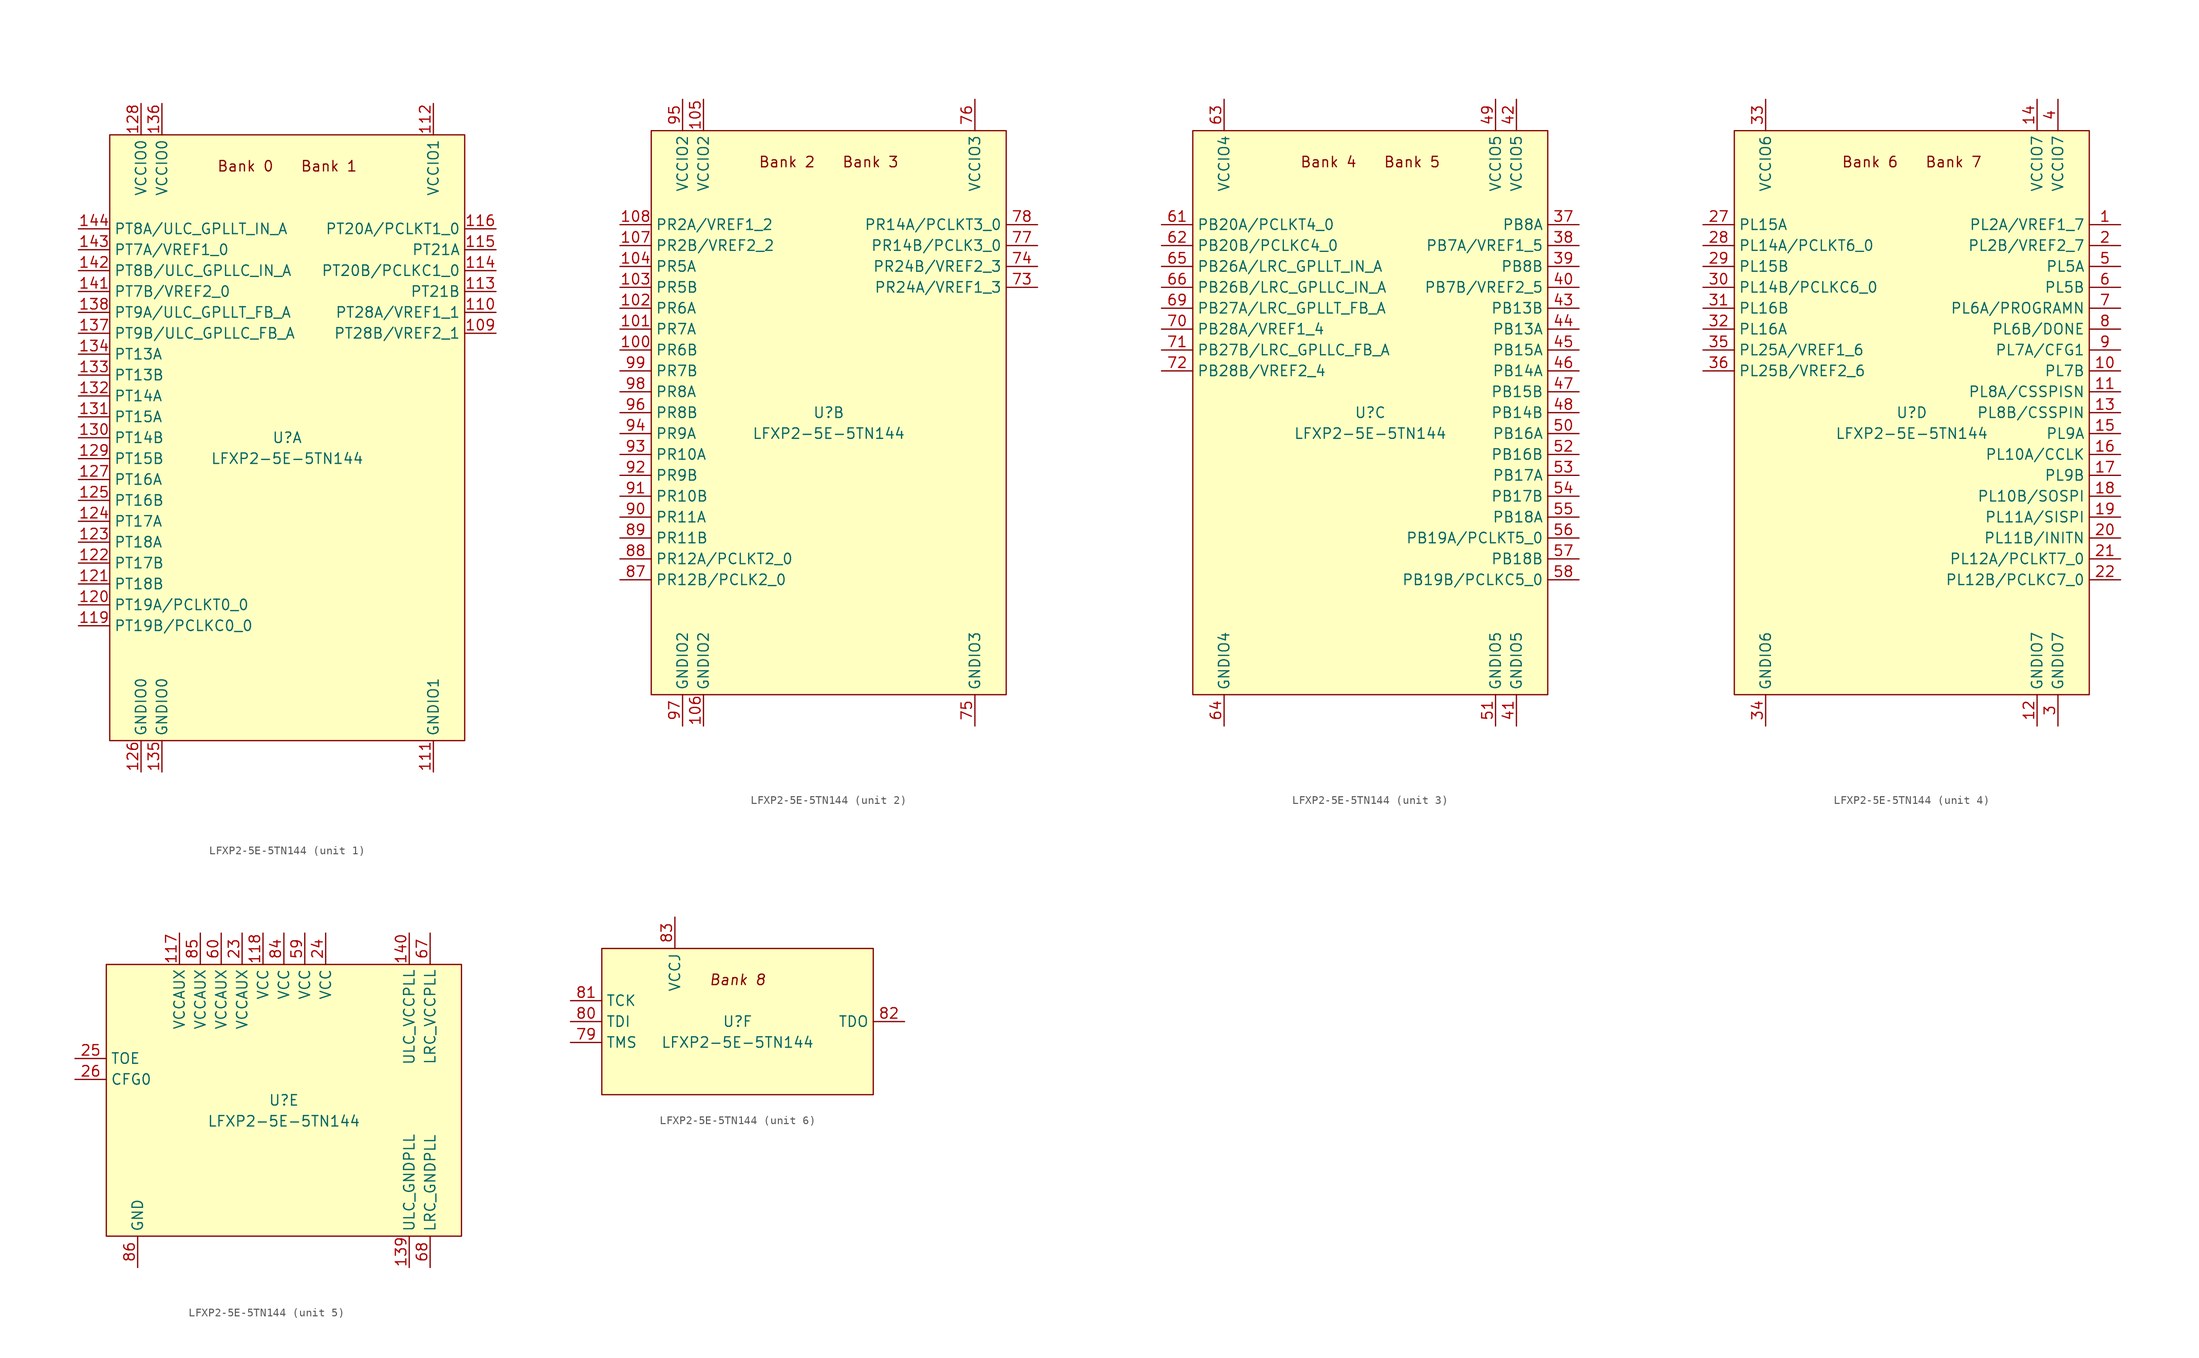
<source format=kicad_sym>
(kicad_symbol_lib
  (version 20201005)
  (generator kicad_symbol_editor)
  (symbol "FPGA_Lattice:LFXP2-5E-5TN144"
    (property "Reference" "U"
      (at 0 0 0)
      (effects (font (size 1.27 1.27))))
    (property "Value" "LFXP2-5E-5TN144"
      (at 0 -2.54 0)
      (effects (font (size 1.27 1.27))))
    (property "ki_locked" ""
      (at 0 0 0)
      (effects (font (size 1.27 1.27))))
    (symbol "LFXP2-5E-5TN144_1_0"
      (text "Bank 0" (at -5.08 33.02 0) (effects (font (size 1.27 1.27))))
      (text "Bank 1" (at 5.08 33.02 0) (effects (font (size 1.27 1.27)))))
    (symbol "LFXP2-5E-5TN144_1_1"
      (rectangle (start -21.59 36.83) (end 21.59 -36.83) (stroke (width 0)) (fill (type background)))
      (pin bidirectional line (at 25.4 12.7 180) (length 3.81) (name "PT28B/VREF2_1" (effects (font (size 1.27 1.27)))) (number "109" (effects (font (size 1.27 1.27)))))
      (pin bidirectional line (at 25.4 15.24 180) (length 3.81) (name "PT28A/VREF1_1" (effects (font (size 1.27 1.27)))) (number "110" (effects (font (size 1.27 1.27)))))
      (pin power_in line (at 17.78 -40.64 90) (length 3.81) (name "GNDIO1" (effects (font (size 1.27 1.27)))) (number "111" (effects (font (size 1.27 1.27)))))
      (pin power_in line (at 17.78 40.64 270) (length 3.81) (name "VCCIO1" (effects (font (size 1.27 1.27)))) (number "112" (effects (font (size 1.27 1.27)))))
      (pin bidirectional line (at 25.4 17.78 180) (length 3.81) (name "PT21B" (effects (font (size 1.27 1.27)))) (number "113" (effects (font (size 1.27 1.27)))))
      (pin bidirectional line (at 25.4 20.32 180) (length 3.81) (name "PT20B/PCLKC1_0" (effects (font (size 1.27 1.27)))) (number "114" (effects (font (size 1.27 1.27)))))
      (pin bidirectional line (at 25.4 22.86 180) (length 3.81) (name "PT21A" (effects (font (size 1.27 1.27)))) (number "115" (effects (font (size 1.27 1.27)))))
      (pin bidirectional line (at 25.4 25.4 180) (length 3.81) (name "PT20A/PCLKT1_0" (effects (font (size 1.27 1.27)))) (number "116" (effects (font (size 1.27 1.27)))))
      (pin bidirectional line (at -25.4 -22.86 0) (length 3.81) (name "PT19B/PCLKC0_0" (effects (font (size 1.27 1.27)))) (number "119" (effects (font (size 1.27 1.27)))))
      (pin bidirectional line (at -25.4 -20.32 0) (length 3.81) (name "PT19A/PCLKT0_0" (effects (font (size 1.27 1.27)))) (number "120" (effects (font (size 1.27 1.27)))))
      (pin bidirectional line (at -25.4 -17.78 0) (length 3.81) (name "PT18B" (effects (font (size 1.27 1.27)))) (number "121" (effects (font (size 1.27 1.27)))))
      (pin bidirectional line (at -25.4 -15.24 0) (length 3.81) (name "PT17B" (effects (font (size 1.27 1.27)))) (number "122" (effects (font (size 1.27 1.27)))))
      (pin bidirectional line (at -25.4 -12.7 0) (length 3.81) (name "PT18A" (effects (font (size 1.27 1.27)))) (number "123" (effects (font (size 1.27 1.27)))))
      (pin bidirectional line (at -25.4 -10.16 0) (length 3.81) (name "PT17A" (effects (font (size 1.27 1.27)))) (number "124" (effects (font (size 1.27 1.27)))))
      (pin bidirectional line (at -25.4 -7.62 0) (length 3.81) (name "PT16B" (effects (font (size 1.27 1.27)))) (number "125" (effects (font (size 1.27 1.27)))))
      (pin power_in line (at -17.78 -40.64 90) (length 3.81) (name "GNDIO0" (effects (font (size 1.27 1.27)))) (number "126" (effects (font (size 1.27 1.27)))))
      (pin bidirectional line (at -25.4 -5.08 0) (length 3.81) (name "PT16A" (effects (font (size 1.27 1.27)))) (number "127" (effects (font (size 1.27 1.27)))))
      (pin power_in line (at -17.78 40.64 270) (length 3.81) (name "VCCIO0" (effects (font (size 1.27 1.27)))) (number "128" (effects (font (size 1.27 1.27)))))
      (pin bidirectional line (at -25.4 -2.54 0) (length 3.81) (name "PT15B" (effects (font (size 1.27 1.27)))) (number "129" (effects (font (size 1.27 1.27)))))
      (pin bidirectional line (at -25.4 0 0) (length 3.81) (name "PT14B" (effects (font (size 1.27 1.27)))) (number "130" (effects (font (size 1.27 1.27)))))
      (pin bidirectional line (at -25.4 2.54 0) (length 3.81) (name "PT15A" (effects (font (size 1.27 1.27)))) (number "131" (effects (font (size 1.27 1.27)))))
      (pin bidirectional line (at -25.4 5.08 0) (length 3.81) (name "PT14A" (effects (font (size 1.27 1.27)))) (number "132" (effects (font (size 1.27 1.27)))))
      (pin bidirectional line (at -25.4 7.62 0) (length 3.81) (name "PT13B" (effects (font (size 1.27 1.27)))) (number "133" (effects (font (size 1.27 1.27)))))
      (pin bidirectional line (at -25.4 10.16 0) (length 3.81) (name "PT13A" (effects (font (size 1.27 1.27)))) (number "134" (effects (font (size 1.27 1.27)))))
      (pin power_in line (at -15.24 -40.64 90) (length 3.81) (name "GNDIO0" (effects (font (size 1.27 1.27)))) (number "135" (effects (font (size 1.27 1.27)))))
      (pin power_in line (at -15.24 40.64 270) (length 3.81) (name "VCCIO0" (effects (font (size 1.27 1.27)))) (number "136" (effects (font (size 1.27 1.27)))))
      (pin bidirectional line (at -25.4 12.7 0) (length 3.81) (name "PT9B/ULC_GPLLC_FB_A" (effects (font (size 1.27 1.27)))) (number "137" (effects (font (size 1.27 1.27)))))
      (pin bidirectional line (at -25.4 15.24 0) (length 3.81) (name "PT9A/ULC_GPLLT_FB_A" (effects (font (size 1.27 1.27)))) (number "138" (effects (font (size 1.27 1.27)))))
      (pin bidirectional line (at -25.4 17.78 0) (length 3.81) (name "PT7B/VREF2_0" (effects (font (size 1.27 1.27)))) (number "141" (effects (font (size 1.27 1.27)))))
      (pin bidirectional line (at -25.4 20.32 0) (length 3.81) (name "PT8B/ULC_GPLLC_IN_A" (effects (font (size 1.27 1.27)))) (number "142" (effects (font (size 1.27 1.27)))))
      (pin bidirectional line (at -25.4 22.86 0) (length 3.81) (name "PT7A/VREF1_0" (effects (font (size 1.27 1.27)))) (number "143" (effects (font (size 1.27 1.27)))))
      (pin bidirectional line (at -25.4 25.4 0) (length 3.81) (name "PT8A/ULC_GPLLT_IN_A" (effects (font (size 1.27 1.27)))) (number "144" (effects (font (size 1.27 1.27))))))
    (symbol "LFXP2-5E-5TN144_2_0"
      (text "Bank 2" (at -5.08 30.48 0) (effects (font (size 1.27 1.27))))
      (text "Bank 3" (at 5.08 30.48 0) (effects (font (size 1.27 1.27)))))
    (symbol "LFXP2-5E-5TN144_2_1"
      (rectangle (start -21.59 34.29) (end 21.59 -34.29) (stroke (width 0)) (fill (type background)))
      (pin bidirectional line (at -25.4 7.62 0) (length 3.81) (name "PR6B" (effects (font (size 1.27 1.27)))) (number "100" (effects (font (size 1.27 1.27)))))
      (pin bidirectional line (at -25.4 10.16 0) (length 3.81) (name "PR7A" (effects (font (size 1.27 1.27)))) (number "101" (effects (font (size 1.27 1.27)))))
      (pin bidirectional line (at -25.4 12.7 0) (length 3.81) (name "PR6A" (effects (font (size 1.27 1.27)))) (number "102" (effects (font (size 1.27 1.27)))))
      (pin bidirectional line (at -25.4 15.24 0) (length 3.81) (name "PR5B" (effects (font (size 1.27 1.27)))) (number "103" (effects (font (size 1.27 1.27)))))
      (pin bidirectional line (at -25.4 17.78 0) (length 3.81) (name "PR5A" (effects (font (size 1.27 1.27)))) (number "104" (effects (font (size 1.27 1.27)))))
      (pin power_in line (at -15.24 38.1 270) (length 3.81) (name "VCCIO2" (effects (font (size 1.27 1.27)))) (number "105" (effects (font (size 1.27 1.27)))))
      (pin power_in line (at -15.24 -38.1 90) (length 3.81) (name "GNDIO2" (effects (font (size 1.27 1.27)))) (number "106" (effects (font (size 1.27 1.27)))))
      (pin bidirectional line (at -25.4 20.32 0) (length 3.81) (name "PR2B/VREF2_2" (effects (font (size 1.27 1.27)))) (number "107" (effects (font (size 1.27 1.27)))))
      (pin bidirectional line (at -25.4 22.86 0) (length 3.81) (name "PR2A/VREF1_2" (effects (font (size 1.27 1.27)))) (number "108" (effects (font (size 1.27 1.27)))))
      (pin bidirectional line (at 25.4 15.24 180) (length 3.81) (name "PR24A/VREF1_3" (effects (font (size 1.27 1.27)))) (number "73" (effects (font (size 1.27 1.27)))))
      (pin bidirectional line (at 25.4 17.78 180) (length 3.81) (name "PR24B/VREF2_3" (effects (font (size 1.27 1.27)))) (number "74" (effects (font (size 1.27 1.27)))))
      (pin power_in line (at 17.78 -38.1 90) (length 3.81) (name "GNDIO3" (effects (font (size 1.27 1.27)))) (number "75" (effects (font (size 1.27 1.27)))))
      (pin power_in line (at 17.78 38.1 270) (length 3.81) (name "VCCIO3" (effects (font (size 1.27 1.27)))) (number "76" (effects (font (size 1.27 1.27)))))
      (pin bidirectional line (at 25.4 20.32 180) (length 3.81) (name "PR14B/PCLK3_0" (effects (font (size 1.27 1.27)))) (number "77" (effects (font (size 1.27 1.27)))))
      (pin bidirectional line (at 25.4 22.86 180) (length 3.81) (name "PR14A/PCLKT3_0" (effects (font (size 1.27 1.27)))) (number "78" (effects (font (size 1.27 1.27)))))
      (pin bidirectional line (at -25.4 -20.32 0) (length 3.81) (name "PR12B/PCLK2_0" (effects (font (size 1.27 1.27)))) (number "87" (effects (font (size 1.27 1.27)))))
      (pin bidirectional line (at -25.4 -17.78 0) (length 3.81) (name "PR12A/PCLKT2_0" (effects (font (size 1.27 1.27)))) (number "88" (effects (font (size 1.27 1.27)))))
      (pin bidirectional line (at -25.4 -15.24 0) (length 3.81) (name "PR11B" (effects (font (size 1.27 1.27)))) (number "89" (effects (font (size 1.27 1.27)))))
      (pin bidirectional line (at -25.4 -12.7 0) (length 3.81) (name "PR11A" (effects (font (size 1.27 1.27)))) (number "90" (effects (font (size 1.27 1.27)))))
      (pin bidirectional line (at -25.4 -10.16 0) (length 3.81) (name "PR10B" (effects (font (size 1.27 1.27)))) (number "91" (effects (font (size 1.27 1.27)))))
      (pin bidirectional line (at -25.4 -7.62 0) (length 3.81) (name "PR9B" (effects (font (size 1.27 1.27)))) (number "92" (effects (font (size 1.27 1.27)))))
      (pin bidirectional line (at -25.4 -5.08 0) (length 3.81) (name "PR10A" (effects (font (size 1.27 1.27)))) (number "93" (effects (font (size 1.27 1.27)))))
      (pin bidirectional line (at -25.4 -2.54 0) (length 3.81) (name "PR9A" (effects (font (size 1.27 1.27)))) (number "94" (effects (font (size 1.27 1.27)))))
      (pin power_in line (at -17.78 38.1 270) (length 3.81) (name "VCCIO2" (effects (font (size 1.27 1.27)))) (number "95" (effects (font (size 1.27 1.27)))))
      (pin bidirectional line (at -25.4 0 0) (length 3.81) (name "PR8B" (effects (font (size 1.27 1.27)))) (number "96" (effects (font (size 1.27 1.27)))))
      (pin power_in line (at -17.78 -38.1 90) (length 3.81) (name "GNDIO2" (effects (font (size 1.27 1.27)))) (number "97" (effects (font (size 1.27 1.27)))))
      (pin bidirectional line (at -25.4 2.54 0) (length 3.81) (name "PR8A" (effects (font (size 1.27 1.27)))) (number "98" (effects (font (size 1.27 1.27)))))
      (pin bidirectional line (at -25.4 5.08 0) (length 3.81) (name "PR7B" (effects (font (size 1.27 1.27)))) (number "99" (effects (font (size 1.27 1.27))))))
    (symbol "LFXP2-5E-5TN144_3_0"
      (text "Bank 4" (at -5.08 30.48 0) (effects (font (size 1.27 1.27))))
      (text "Bank 5" (at 5.08 30.48 0) (effects (font (size 1.27 1.27)))))
    (symbol "LFXP2-5E-5TN144_3_1"
      (rectangle (start -21.59 34.29) (end 21.59 -34.29) (stroke (width 0)) (fill (type background)))
      (pin bidirectional line (at 25.4 22.86 180) (length 3.81) (name "PB8A" (effects (font (size 1.27 1.27)))) (number "37" (effects (font (size 1.27 1.27)))))
      (pin bidirectional line (at 25.4 20.32 180) (length 3.81) (name "PB7A/VREF1_5" (effects (font (size 1.27 1.27)))) (number "38" (effects (font (size 1.27 1.27)))))
      (pin bidirectional line (at 25.4 17.78 180) (length 3.81) (name "PB8B" (effects (font (size 1.27 1.27)))) (number "39" (effects (font (size 1.27 1.27)))))
      (pin bidirectional line (at 25.4 15.24 180) (length 3.81) (name "PB7B/VREF2_5" (effects (font (size 1.27 1.27)))) (number "40" (effects (font (size 1.27 1.27)))))
      (pin power_in line (at 17.78 -38.1 90) (length 3.81) (name "GNDIO5" (effects (font (size 1.27 1.27)))) (number "41" (effects (font (size 1.27 1.27)))))
      (pin power_in line (at 17.78 38.1 270) (length 3.81) (name "VCCIO5" (effects (font (size 1.27 1.27)))) (number "42" (effects (font (size 1.27 1.27)))))
      (pin bidirectional line (at 25.4 12.7 180) (length 3.81) (name "PB13B" (effects (font (size 1.27 1.27)))) (number "43" (effects (font (size 1.27 1.27)))))
      (pin bidirectional line (at 25.4 10.16 180) (length 3.81) (name "PB13A" (effects (font (size 1.27 1.27)))) (number "44" (effects (font (size 1.27 1.27)))))
      (pin bidirectional line (at 25.4 7.62 180) (length 3.81) (name "PB15A" (effects (font (size 1.27 1.27)))) (number "45" (effects (font (size 1.27 1.27)))))
      (pin bidirectional line (at 25.4 5.08 180) (length 3.81) (name "PB14A" (effects (font (size 1.27 1.27)))) (number "46" (effects (font (size 1.27 1.27)))))
      (pin bidirectional line (at 25.4 2.54 180) (length 3.81) (name "PB15B" (effects (font (size 1.27 1.27)))) (number "47" (effects (font (size 1.27 1.27)))))
      (pin bidirectional line (at 25.4 0 180) (length 3.81) (name "PB14B" (effects (font (size 1.27 1.27)))) (number "48" (effects (font (size 1.27 1.27)))))
      (pin power_in line (at 15.24 38.1 270) (length 3.81) (name "VCCIO5" (effects (font (size 1.27 1.27)))) (number "49" (effects (font (size 1.27 1.27)))))
      (pin bidirectional line (at 25.4 -2.54 180) (length 3.81) (name "PB16A" (effects (font (size 1.27 1.27)))) (number "50" (effects (font (size 1.27 1.27)))))
      (pin power_in line (at 15.24 -38.1 90) (length 3.81) (name "GNDIO5" (effects (font (size 1.27 1.27)))) (number "51" (effects (font (size 1.27 1.27)))))
      (pin bidirectional line (at 25.4 -5.08 180) (length 3.81) (name "PB16B" (effects (font (size 1.27 1.27)))) (number "52" (effects (font (size 1.27 1.27)))))
      (pin bidirectional line (at 25.4 -7.62 180) (length 3.81) (name "PB17A" (effects (font (size 1.27 1.27)))) (number "53" (effects (font (size 1.27 1.27)))))
      (pin bidirectional line (at 25.4 -10.16 180) (length 3.81) (name "PB17B" (effects (font (size 1.27 1.27)))) (number "54" (effects (font (size 1.27 1.27)))))
      (pin bidirectional line (at 25.4 -12.7 180) (length 3.81) (name "PB18A" (effects (font (size 1.27 1.27)))) (number "55" (effects (font (size 1.27 1.27)))))
      (pin bidirectional line (at 25.4 -15.24 180) (length 3.81) (name "PB19A/PCLKT5_0" (effects (font (size 1.27 1.27)))) (number "56" (effects (font (size 1.27 1.27)))))
      (pin bidirectional line (at 25.4 -17.78 180) (length 3.81) (name "PB18B" (effects (font (size 1.27 1.27)))) (number "57" (effects (font (size 1.27 1.27)))))
      (pin bidirectional line (at 25.4 -20.32 180) (length 3.81) (name "PB19B/PCLKC5_0" (effects (font (size 1.27 1.27)))) (number "58" (effects (font (size 1.27 1.27)))))
      (pin bidirectional line (at -25.4 22.86 0) (length 3.81) (name "PB20A/PCLKT4_0" (effects (font (size 1.27 1.27)))) (number "61" (effects (font (size 1.27 1.27)))))
      (pin bidirectional line (at -25.4 20.32 0) (length 3.81) (name "PB20B/PCLKC4_0" (effects (font (size 1.27 1.27)))) (number "62" (effects (font (size 1.27 1.27)))))
      (pin power_in line (at -17.78 38.1 270) (length 3.81) (name "VCCIO4" (effects (font (size 1.27 1.27)))) (number "63" (effects (font (size 1.27 1.27)))))
      (pin power_in line (at -17.78 -38.1 90) (length 3.81) (name "GNDIO4" (effects (font (size 1.27 1.27)))) (number "64" (effects (font (size 1.27 1.27)))))
      (pin bidirectional line (at -25.4 17.78 0) (length 3.81) (name "PB26A/LRC_GPLLT_IN_A" (effects (font (size 1.27 1.27)))) (number "65" (effects (font (size 1.27 1.27)))))
      (pin bidirectional line (at -25.4 15.24 0) (length 3.81) (name "PB26B/LRC_GPLLC_IN_A" (effects (font (size 1.27 1.27)))) (number "66" (effects (font (size 1.27 1.27)))))
      (pin bidirectional line (at -25.4 12.7 0) (length 3.81) (name "PB27A/LRC_GPLLT_FB_A" (effects (font (size 1.27 1.27)))) (number "69" (effects (font (size 1.27 1.27)))))
      (pin bidirectional line (at -25.4 10.16 0) (length 3.81) (name "PB28A/VREF1_4" (effects (font (size 1.27 1.27)))) (number "70" (effects (font (size 1.27 1.27)))))
      (pin bidirectional line (at -25.4 7.62 0) (length 3.81) (name "PB27B/LRC_GPLLC_FB_A" (effects (font (size 1.27 1.27)))) (number "71" (effects (font (size 1.27 1.27)))))
      (pin bidirectional line (at -25.4 5.08 0) (length 3.81) (name "PB28B/VREF2_4" (effects (font (size 1.27 1.27)))) (number "72" (effects (font (size 1.27 1.27))))))
    (symbol "LFXP2-5E-5TN144_4_0"
      (text "Bank 6" (at -5.08 30.48 0) (effects (font (size 1.27 1.27))))
      (text "Bank 7" (at 5.08 30.48 0) (effects (font (size 1.27 1.27)))))
    (symbol "LFXP2-5E-5TN144_4_1"
      (rectangle (start -21.59 34.29) (end 21.59 -34.29) (stroke (width 0)) (fill (type background)))
      (pin bidirectional line (at 25.4 22.86 180) (length 3.81) (name "PL2A/VREF1_7" (effects (font (size 1.27 1.27)))) (number "1" (effects (font (size 1.27 1.27)))))
      (pin bidirectional line (at 25.4 5.08 180) (length 3.81) (name "PL7B" (effects (font (size 1.27 1.27)))) (number "10" (effects (font (size 1.27 1.27)))))
      (pin bidirectional line (at 25.4 2.54 180) (length 3.81) (name "PL8A/CSSPISN" (effects (font (size 1.27 1.27)))) (number "11" (effects (font (size 1.27 1.27)))))
      (pin power_in line (at 15.24 -38.1 90) (length 3.81) (name "GNDIO7" (effects (font (size 1.27 1.27)))) (number "12" (effects (font (size 1.27 1.27)))))
      (pin bidirectional line (at 25.4 0 180) (length 3.81) (name "PL8B/CSSPIN" (effects (font (size 1.27 1.27)))) (number "13" (effects (font (size 1.27 1.27)))))
      (pin power_in line (at 15.24 38.1 270) (length 3.81) (name "VCCIO7" (effects (font (size 1.27 1.27)))) (number "14" (effects (font (size 1.27 1.27)))))
      (pin bidirectional line (at 25.4 -2.54 180) (length 3.81) (name "PL9A" (effects (font (size 1.27 1.27)))) (number "15" (effects (font (size 1.27 1.27)))))
      (pin bidirectional line (at 25.4 -5.08 180) (length 3.81) (name "PL10A/CCLK" (effects (font (size 1.27 1.27)))) (number "16" (effects (font (size 1.27 1.27)))))
      (pin bidirectional line (at 25.4 -7.62 180) (length 3.81) (name "PL9B" (effects (font (size 1.27 1.27)))) (number "17" (effects (font (size 1.27 1.27)))))
      (pin bidirectional line (at 25.4 -10.16 180) (length 3.81) (name "PL10B/SOSPI" (effects (font (size 1.27 1.27)))) (number "18" (effects (font (size 1.27 1.27)))))
      (pin bidirectional line (at 25.4 -12.7 180) (length 3.81) (name "PL11A/SISPI" (effects (font (size 1.27 1.27)))) (number "19" (effects (font (size 1.27 1.27)))))
      (pin bidirectional line (at 25.4 20.32 180) (length 3.81) (name "PL2B/VREF2_7" (effects (font (size 1.27 1.27)))) (number "2" (effects (font (size 1.27 1.27)))))
      (pin bidirectional line (at 25.4 -15.24 180) (length 3.81) (name "PL11B/INITN" (effects (font (size 1.27 1.27)))) (number "20" (effects (font (size 1.27 1.27)))))
      (pin bidirectional line (at 25.4 -17.78 180) (length 3.81) (name "PL12A/PCLKT7_0" (effects (font (size 1.27 1.27)))) (number "21" (effects (font (size 1.27 1.27)))))
      (pin bidirectional line (at 25.4 -20.32 180) (length 3.81) (name "PL12B/PCLKC7_0" (effects (font (size 1.27 1.27)))) (number "22" (effects (font (size 1.27 1.27)))))
      (pin bidirectional line (at -25.4 22.86 0) (length 3.81) (name "PL15A" (effects (font (size 1.27 1.27)))) (number "27" (effects (font (size 1.27 1.27)))))
      (pin bidirectional line (at -25.4 20.32 0) (length 3.81) (name "PL14A/PCLKT6_0" (effects (font (size 1.27 1.27)))) (number "28" (effects (font (size 1.27 1.27)))))
      (pin bidirectional line (at -25.4 17.78 0) (length 3.81) (name "PL15B" (effects (font (size 1.27 1.27)))) (number "29" (effects (font (size 1.27 1.27)))))
      (pin power_in line (at 17.78 -38.1 90) (length 3.81) (name "GNDIO7" (effects (font (size 1.27 1.27)))) (number "3" (effects (font (size 1.27 1.27)))))
      (pin bidirectional line (at -25.4 15.24 0) (length 3.81) (name "PL14B/PCLKC6_0" (effects (font (size 1.27 1.27)))) (number "30" (effects (font (size 1.27 1.27)))))
      (pin bidirectional line (at -25.4 12.7 0) (length 3.81) (name "PL16B" (effects (font (size 1.27 1.27)))) (number "31" (effects (font (size 1.27 1.27)))))
      (pin bidirectional line (at -25.4 10.16 0) (length 3.81) (name "PL16A" (effects (font (size 1.27 1.27)))) (number "32" (effects (font (size 1.27 1.27)))))
      (pin power_in line (at -17.78 38.1 270) (length 3.81) (name "VCCIO6" (effects (font (size 1.27 1.27)))) (number "33" (effects (font (size 1.27 1.27)))))
      (pin power_in line (at -17.78 -38.1 90) (length 3.81) (name "GNDIO6" (effects (font (size 1.27 1.27)))) (number "34" (effects (font (size 1.27 1.27)))))
      (pin bidirectional line (at -25.4 7.62 0) (length 3.81) (name "PL25A/VREF1_6" (effects (font (size 1.27 1.27)))) (number "35" (effects (font (size 1.27 1.27)))))
      (pin bidirectional line (at -25.4 5.08 0) (length 3.81) (name "PL25B/VREF2_6" (effects (font (size 1.27 1.27)))) (number "36" (effects (font (size 1.27 1.27)))))
      (pin power_in line (at 17.78 38.1 270) (length 3.81) (name "VCCIO7" (effects (font (size 1.27 1.27)))) (number "4" (effects (font (size 1.27 1.27)))))
      (pin bidirectional line (at 25.4 17.78 180) (length 3.81) (name "PL5A" (effects (font (size 1.27 1.27)))) (number "5" (effects (font (size 1.27 1.27)))))
      (pin bidirectional line (at 25.4 15.24 180) (length 3.81) (name "PL5B" (effects (font (size 1.27 1.27)))) (number "6" (effects (font (size 1.27 1.27)))))
      (pin bidirectional line (at 25.4 12.7 180) (length 3.81) (name "PL6A/PROGRAMN" (effects (font (size 1.27 1.27)))) (number "7" (effects (font (size 1.27 1.27)))))
      (pin bidirectional line (at 25.4 10.16 180) (length 3.81) (name "PL6B/DONE" (effects (font (size 1.27 1.27)))) (number "8" (effects (font (size 1.27 1.27)))))
      (pin bidirectional line (at 25.4 7.62 180) (length 3.81) (name "PL7A/CFG1" (effects (font (size 1.27 1.27)))) (number "9" (effects (font (size 1.27 1.27))))))
    (symbol "LFXP2-5E-5TN144_5_1"
      (rectangle (start -21.59 16.51) (end 21.59 -16.51) (stroke (width 0)) (fill (type background)))
      (pin power_in line (at -12.7 20.32 270) (length 3.81) (name "VCCAUX" (effects (font (size 1.27 1.27)))) (number "117" (effects (font (size 1.27 1.27)))))
      (pin power_in line (at -2.54 20.32 270) (length 3.81) (name "VCC" (effects (font (size 1.27 1.27)))) (number "118" (effects (font (size 1.27 1.27)))))
      (pin power_in line (at 15.24 -20.32 90) (length 3.81) (name "ULC_GNDPLL" (effects (font (size 1.27 1.27)))) (number "139" (effects (font (size 1.27 1.27)))))
      (pin power_in line (at 15.24 20.32 270) (length 3.81) (name "ULC_VCCPLL" (effects (font (size 1.27 1.27)))) (number "140" (effects (font (size 1.27 1.27)))))
      (pin power_in line (at -5.08 20.32 270) (length 3.81) (name "VCCAUX" (effects (font (size 1.27 1.27)))) (number "23" (effects (font (size 1.27 1.27)))))
      (pin power_in line (at 5.08 20.32 270) (length 3.81) (name "VCC" (effects (font (size 1.27 1.27)))) (number "24" (effects (font (size 1.27 1.27)))))
      (pin input line (at -25.4 5.08 0) (length 3.81) (name "TOE" (effects (font (size 1.27 1.27)))) (number "25" (effects (font (size 1.27 1.27)))))
      (pin input line (at -25.4 2.54 0) (length 3.81) (name "CFG0" (effects (font (size 1.27 1.27)))) (number "26" (effects (font (size 1.27 1.27)))))
      (pin power_in line (at 2.54 20.32 270) (length 3.81) (name "VCC" (effects (font (size 1.27 1.27)))) (number "59" (effects (font (size 1.27 1.27)))))
      (pin power_in line (at -7.62 20.32 270) (length 3.81) (name "VCCAUX" (effects (font (size 1.27 1.27)))) (number "60" (effects (font (size 1.27 1.27)))))
      (pin power_in line (at 17.78 20.32 270) (length 3.81) (name "LRC_VCCPLL" (effects (font (size 1.27 1.27)))) (number "67" (effects (font (size 1.27 1.27)))))
      (pin power_in line (at 17.78 -20.32 90) (length 3.81) (name "LRC_GNDPLL" (effects (font (size 1.27 1.27)))) (number "68" (effects (font (size 1.27 1.27)))))
      (pin power_in line (at 0 20.32 270) (length 3.81) (name "VCC" (effects (font (size 1.27 1.27)))) (number "84" (effects (font (size 1.27 1.27)))))
      (pin power_in line (at -10.16 20.32 270) (length 3.81) (name "VCCAUX" (effects (font (size 1.27 1.27)))) (number "85" (effects (font (size 1.27 1.27)))))
      (pin power_in line (at -17.78 -20.32 90) (length 3.81) (name "GND" (effects (font (size 1.27 1.27)))) (number "86" (effects (font (size 1.27 1.27))))))
    (symbol "LFXP2-5E-5TN144_6_0"
      (text "Bank 8" (at 0 5.08 0) (effects (font (size 1.27 1.27) italic)))
      (rectangle (start -16.51 8.89) (end 16.51 -8.89) (stroke (width 0)) (fill (type background))))
    (symbol "LFXP2-5E-5TN144_6_1"
      (pin input line (at -20.32 -2.54 0) (length 3.81) (name "TMS" (effects (font (size 1.27 1.27)))) (number "79" (effects (font (size 1.27 1.27)))))
      (pin input line (at -20.32 0 0) (length 3.81) (name "TDI" (effects (font (size 1.27 1.27)))) (number "80" (effects (font (size 1.27 1.27)))))
      (pin input line (at -20.32 2.54 0) (length 3.81) (name "TCK" (effects (font (size 1.27 1.27)))) (number "81" (effects (font (size 1.27 1.27)))))
      (pin output line (at 20.32 0 180) (length 3.81) (name "TDO" (effects (font (size 1.27 1.27)))) (number "82" (effects (font (size 1.27 1.27)))))
      (pin power_in line (at -7.62 12.7 270) (length 3.81) (name "VCCJ" (effects (font (size 1.27 1.27)))) (number "83" (effects (font (size 1.27 1.27))))))))
</source>
